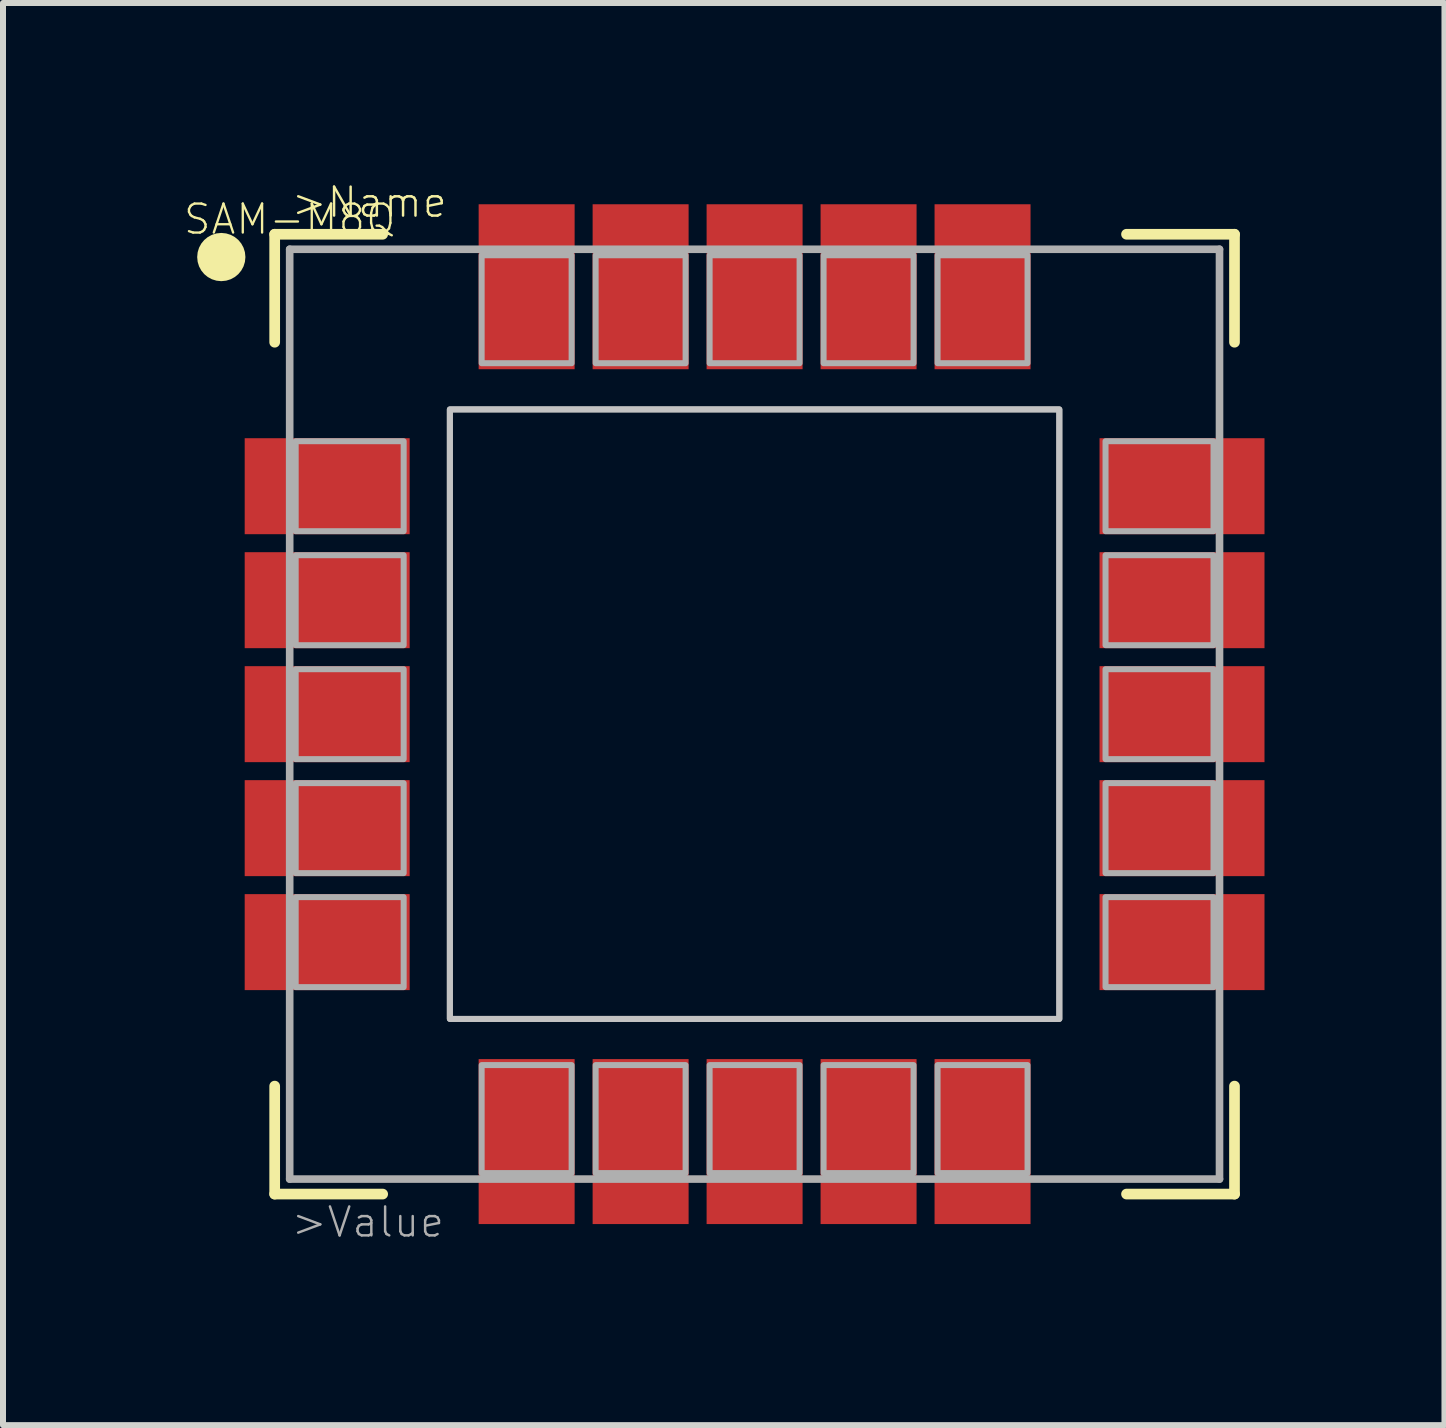
<source format=kicad_pcb>
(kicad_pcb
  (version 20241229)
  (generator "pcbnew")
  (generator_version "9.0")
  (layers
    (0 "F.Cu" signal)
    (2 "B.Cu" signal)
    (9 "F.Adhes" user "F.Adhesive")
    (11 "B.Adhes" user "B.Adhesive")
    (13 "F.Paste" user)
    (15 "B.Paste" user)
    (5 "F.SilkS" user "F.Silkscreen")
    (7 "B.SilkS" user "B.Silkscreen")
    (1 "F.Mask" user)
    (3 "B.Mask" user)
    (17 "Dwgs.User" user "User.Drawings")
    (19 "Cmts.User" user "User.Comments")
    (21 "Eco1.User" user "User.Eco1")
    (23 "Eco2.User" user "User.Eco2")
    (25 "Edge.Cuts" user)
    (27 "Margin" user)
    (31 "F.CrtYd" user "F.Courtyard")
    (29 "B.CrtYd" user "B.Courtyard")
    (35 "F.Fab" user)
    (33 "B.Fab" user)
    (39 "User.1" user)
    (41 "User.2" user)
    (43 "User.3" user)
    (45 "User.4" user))
  (footprint "SAM-M8Q"
    (layer "F.Cu")
    (at 9.529 8.855)
    (property "Reference" "SAM-M8Q" (at -7.75 -8.25 0) (layer "F.SilkS") (effects (font (size 0.483 0.483) (thickness 0.039))))
    (attr through_hole)
    (fp_line (start -8 -8) (end -6.2 -8) (stroke (width 0.178) (type solid)) (layer "F.SilkS"))
    (fp_line (start -8 -6.2) (end -8 -8) (stroke (width 0.178) (type solid)) (layer "F.SilkS"))
    (fp_line (start -8 8) (end -8 6.2) (stroke (width 0.178) (type solid)) (layer "F.SilkS"))
    (fp_line (start -6.2 8) (end -8 8) (stroke (width 0.178) (type solid)) (layer "F.SilkS"))
    (fp_line (start 6.2 -8) (end 8 -8) (stroke (width 0.178) (type solid)) (layer "F.SilkS"))
    (fp_line (start 8 -8) (end 8 -6.2) (stroke (width 0.178) (type solid)) (layer "F.SilkS"))
    (fp_line (start 8 6.2) (end 8 8) (stroke (width 0.178) (type solid)) (layer "F.SilkS"))
    (fp_line (start 8 8) (end 6.2 8) (stroke (width 0.178) (type solid)) (layer "F.SilkS"))
    (fp_circle (center -8.89 -7.62) (end -8.689 -7.62) (stroke (width 0.402) (type solid)) (fill no) (layer "F.SilkS"))
    (fp_poly (pts (xy -5.08 5.08) (xy 5.08 5.08) (xy 5.08 -5.08) (xy -5.08 -5.08)) (stroke (width 0.1) (type solid)) (fill no) (layer "Dwgs.User"))
    (fp_poly (pts (xy -5.08 5.08) (xy 5.08 5.08) (xy 5.08 -5.08) (xy -5.08 -5.08)) (stroke (width 0.1) (type solid)) (fill no) (layer "Dwgs.User"))
    (fp_line (start -7.75 -7.75) (end 7.75 -7.75) (stroke (width 0.127) (type solid)) (layer "F.Fab"))
    (fp_line (start -7.75 7.75) (end -7.75 -7.75) (stroke (width 0.127) (type solid)) (layer "F.Fab"))
    (fp_line (start 7.75 -7.75) (end 7.75 7.75) (stroke (width 0.127) (type solid)) (layer "F.Fab"))
    (fp_line (start 7.75 7.75) (end -7.75 7.75) (stroke (width 0.127) (type solid)) (layer "F.Fab"))
    (fp_poly (pts (xy -7.65 -3.05) (xy -5.85 -3.05) (xy -5.85 -4.55) (xy -7.65 -4.55)) (stroke (width 0.1) (type solid)) (fill no) (layer "F.Fab"))
    (fp_poly (pts (xy -7.65 -1.15) (xy -5.85 -1.15) (xy -5.85 -2.65) (xy -7.65 -2.65)) (stroke (width 0.1) (type solid)) (fill no) (layer "F.Fab"))
    (fp_poly (pts (xy -7.65 0.75) (xy -5.85 0.75) (xy -5.85 -0.75) (xy -7.65 -0.75)) (stroke (width 0.1) (type solid)) (fill no) (layer "F.Fab"))
    (fp_poly (pts (xy -7.65 2.65) (xy -5.85 2.65) (xy -5.85 1.15) (xy -7.65 1.15)) (stroke (width 0.1) (type solid)) (fill no) (layer "F.Fab"))
    (fp_poly (pts (xy -7.65 4.55) (xy -5.85 4.55) (xy -5.85 3.05) (xy -7.65 3.05)) (stroke (width 0.1) (type solid)) (fill no) (layer "F.Fab"))
    (fp_poly (pts (xy -4.55 -5.85) (xy -3.05 -5.85) (xy -3.05 -7.65) (xy -4.55 -7.65)) (stroke (width 0.1) (type solid)) (fill no) (layer "F.Fab"))
    (fp_poly (pts (xy -4.55 7.65) (xy -3.05 7.65) (xy -3.05 5.85) (xy -4.55 5.85)) (stroke (width 0.1) (type solid)) (fill no) (layer "F.Fab"))
    (fp_poly (pts (xy -2.65 -5.85) (xy -1.15 -5.85) (xy -1.15 -7.65) (xy -2.65 -7.65)) (stroke (width 0.1) (type solid)) (fill no) (layer "F.Fab"))
    (fp_poly (pts (xy -2.65 7.65) (xy -1.15 7.65) (xy -1.15 5.85) (xy -2.65 5.85)) (stroke (width 0.1) (type solid)) (fill no) (layer "F.Fab"))
    (fp_poly (pts (xy -0.75 -5.85) (xy 0.75 -5.85) (xy 0.75 -7.65) (xy -0.75 -7.65)) (stroke (width 0.1) (type solid)) (fill no) (layer "F.Fab"))
    (fp_poly (pts (xy -0.75 7.65) (xy 0.75 7.65) (xy 0.75 5.85) (xy -0.75 5.85)) (stroke (width 0.1) (type solid)) (fill no) (layer "F.Fab"))
    (fp_poly (pts (xy 1.15 -5.85) (xy 2.65 -5.85) (xy 2.65 -7.65) (xy 1.15 -7.65)) (stroke (width 0.1) (type solid)) (fill no) (layer "F.Fab"))
    (fp_poly (pts (xy 1.15 7.65) (xy 2.65 7.65) (xy 2.65 5.85) (xy 1.15 5.85)) (stroke (width 0.1) (type solid)) (fill no) (layer "F.Fab"))
    (fp_poly (pts (xy 3.05 -5.85) (xy 4.55 -5.85) (xy 4.55 -7.65) (xy 3.05 -7.65)) (stroke (width 0.1) (type solid)) (fill no) (layer "F.Fab"))
    (fp_poly (pts (xy 3.05 7.65) (xy 4.55 7.65) (xy 4.55 5.85) (xy 3.05 5.85)) (stroke (width 0.1) (type solid)) (fill no) (layer "F.Fab"))
    (fp_poly (pts (xy 5.85 -3.05) (xy 7.65 -3.05) (xy 7.65 -4.55) (xy 5.85 -4.55)) (stroke (width 0.1) (type solid)) (fill no) (layer "F.Fab"))
    (fp_poly (pts (xy 5.85 -1.15) (xy 7.65 -1.15) (xy 7.65 -2.65) (xy 5.85 -2.65)) (stroke (width 0.1) (type solid)) (fill no) (layer "F.Fab"))
    (fp_poly (pts (xy 5.85 0.75) (xy 7.65 0.75) (xy 7.65 -0.75) (xy 5.85 -0.75)) (stroke (width 0.1) (type solid)) (fill no) (layer "F.Fab"))
    (fp_poly (pts (xy 5.85 2.65) (xy 7.65 2.65) (xy 7.65 1.15) (xy 5.85 1.15)) (stroke (width 0.1) (type solid)) (fill no) (layer "F.Fab"))
    (fp_poly (pts (xy 5.85 4.55) (xy 7.65 4.55) (xy 7.65 3.05) (xy 5.85 3.05)) (stroke (width 0.1) (type solid)) (fill no) (layer "F.Fab"))
    (fp_text user ">Name" (at -7.75 -8.25 0) (layer "F.SilkS") (effects (font (size 0.483 0.483) (thickness 0.041)) (justify left bottom)))
    (fp_text user ">Value" (at -7.75 8.75 0) (layer "F.Fab") (effects (font (size 0.483 0.483) (thickness 0.041)) (justify left bottom)))
    (pad "1" smd rect (at -7.125 -3.8 180) (size 2.75 1.6) (layers "F.Cu" "F.Mask" "F.Paste"))
    (pad "2" smd rect (at -7.125 -1.9 180) (size 2.75 1.6) (layers "F.Cu" "F.Mask" "F.Paste"))
    (pad "3" smd rect (at -7.125 0 180) (size 2.75 1.6) (layers "F.Cu" "F.Mask" "F.Paste"))
    (pad "4" smd rect (at -7.125 1.9 180) (size 2.75 1.6) (layers "F.Cu" "F.Mask" "F.Paste"))
    (pad "5" smd rect (at -7.125 3.8 180) (size 2.75 1.6) (layers "F.Cu" "F.Mask" "F.Paste"))
    (pad "6" smd rect (at -3.8 7.125 90) (size 2.75 1.6) (layers "F.Cu" "F.Mask" "F.Paste"))
    (pad "7" smd rect (at -1.9 7.125 90) (size 2.75 1.6) (layers "F.Cu" "F.Mask" "F.Paste"))
    (pad "8" smd rect (at 0 7.125 90) (size 2.75 1.6) (layers "F.Cu" "F.Mask" "F.Paste"))
    (pad "9" smd rect (at 1.9 7.125 90) (size 2.75 1.6) (layers "F.Cu" "F.Mask" "F.Paste"))
    (pad "10" smd rect (at 3.8 7.125 90) (size 2.75 1.6) (layers "F.Cu" "F.Mask" "F.Paste"))
    (pad "11" smd rect (at 7.125 3.8) (size 2.75 1.6) (layers "F.Cu" "F.Mask" "F.Paste"))
    (pad "12" smd rect (at 7.125 1.9) (size 2.75 1.6) (layers "F.Cu" "F.Mask" "F.Paste"))
    (pad "13" smd rect (at 7.125 0) (size 2.75 1.6) (layers "F.Cu" "F.Mask" "F.Paste"))
    (pad "14" smd rect (at 7.125 -1.9) (size 2.75 1.6) (layers "F.Cu" "F.Mask" "F.Paste"))
    (pad "15" smd rect (at 7.125 -3.8) (size 2.75 1.6) (layers "F.Cu" "F.Mask" "F.Paste"))
    (pad "16" smd rect (at 3.8 -7.125 270) (size 2.75 1.6) (layers "F.Cu" "F.Mask" "F.Paste"))
    (pad "17" smd rect (at 1.9 -7.125 270) (size 2.75 1.6) (layers "F.Cu" "F.Mask" "F.Paste"))
    (pad "18" smd rect (at 0 -7.125 270) (size 2.75 1.6) (layers "F.Cu" "F.Mask" "F.Paste"))
    (pad "19" smd rect (at -1.9 -7.125 270) (size 2.75 1.6) (layers "F.Cu" "F.Mask" "F.Paste"))
    (pad "20" smd rect (at -3.8 -7.125 270) (size 2.75 1.6) (layers "F.Cu" "F.Mask" "F.Paste")))
  (gr_rect
    (start -3 -3)
    (end 21.029 20.707)
    (stroke (width 0.1) (type default))
    (fill no)
    (layer "Edge.Cuts")))
</source>
